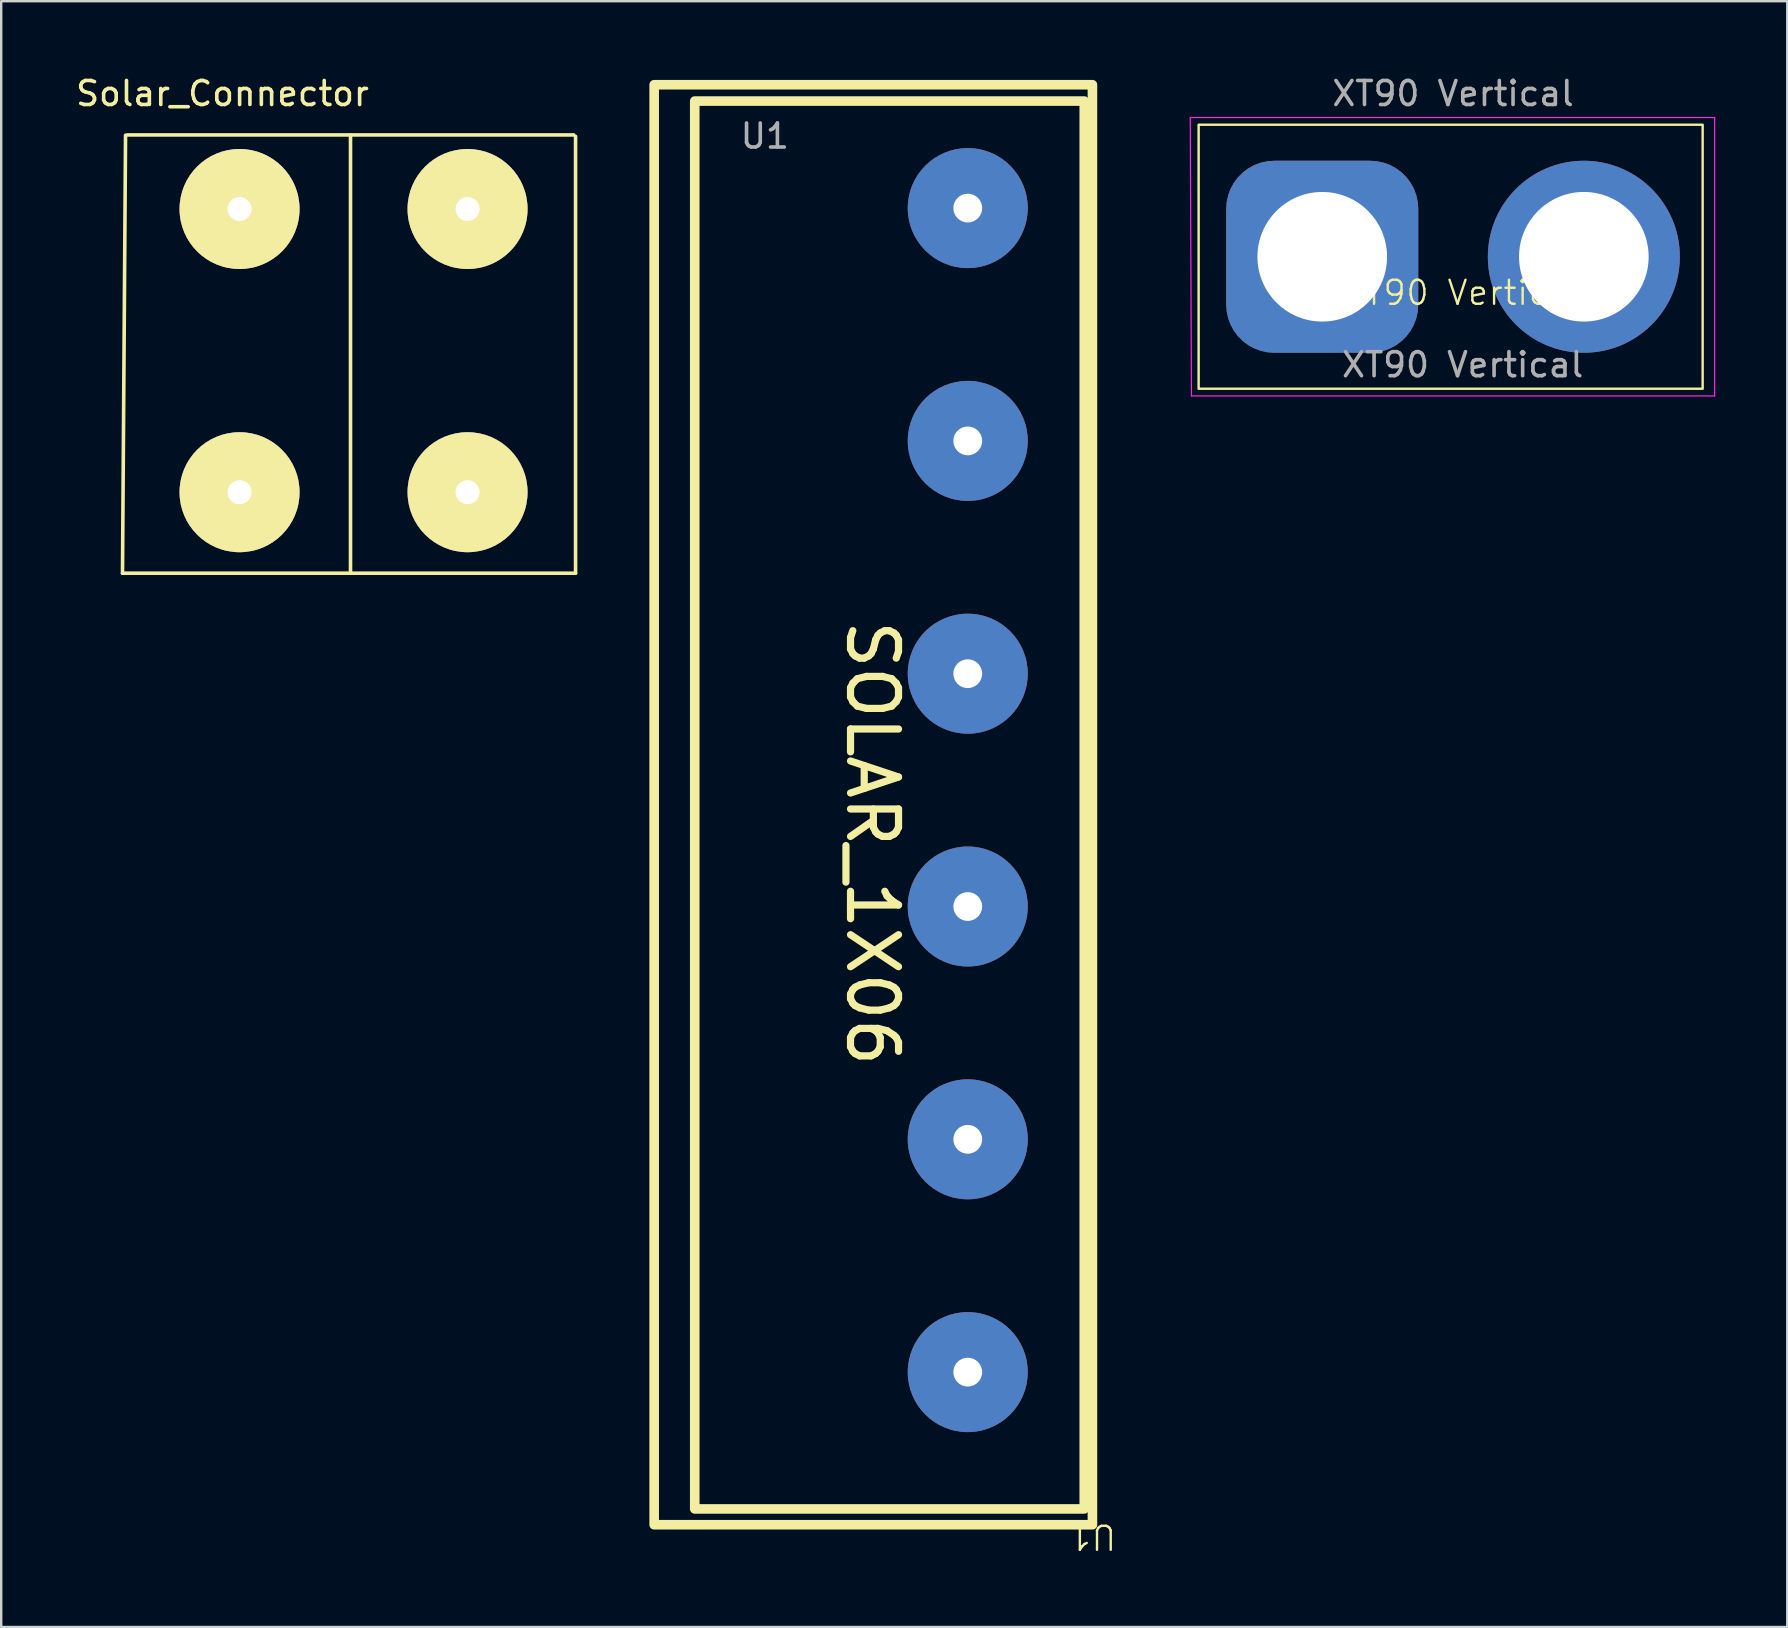
<source format=kicad_pcb>
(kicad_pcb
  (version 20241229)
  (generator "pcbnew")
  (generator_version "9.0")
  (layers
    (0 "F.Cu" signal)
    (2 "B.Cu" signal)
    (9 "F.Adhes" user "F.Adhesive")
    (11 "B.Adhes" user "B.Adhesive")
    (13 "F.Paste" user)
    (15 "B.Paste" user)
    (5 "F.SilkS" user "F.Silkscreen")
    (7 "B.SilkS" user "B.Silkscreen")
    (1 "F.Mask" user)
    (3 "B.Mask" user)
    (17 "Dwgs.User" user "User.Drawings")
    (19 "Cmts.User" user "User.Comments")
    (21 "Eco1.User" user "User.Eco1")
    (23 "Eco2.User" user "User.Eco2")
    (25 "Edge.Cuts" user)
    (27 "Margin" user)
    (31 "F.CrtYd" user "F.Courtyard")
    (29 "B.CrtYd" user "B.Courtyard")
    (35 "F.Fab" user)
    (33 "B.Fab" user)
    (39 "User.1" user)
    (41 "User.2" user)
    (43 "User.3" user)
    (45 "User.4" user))
  (footprint "U1"
    (layer "F.Cu")
    (at 28.832 0.25)
    (property "Reference" "U1" (at 13.635 60.73 180) (unlocked yes) (layer "F.SilkS") (effects (font (size 1 1) (thickness 0.1))))
    (attr through_hole)
    (fp_rect (start 13.295 59.57) (end -2.935 0.91) (stroke (width 0.4) (type default)) (fill no) (layer "F.SilkS"))
    (fp_rect (start 13.635 60.23) (end -4.625 0.23) (stroke (width 0.4) (type default)) (fill no) (layer "F.SilkS"))
    (fp_text user "SOLAR_1X06" (at 3.295 22.4 270) (unlocked yes) (layer "F.SilkS") (effects (font (size 2 2) (thickness 0.3)) (justify left bottom)))
    (fp_text user "${REFERENCE}" (at -0.015 2.37 0) (unlocked yes) (layer "F.Fab") (effects (font (size 1 1) (thickness 0.15))))
    (pad "1" thru_hole circle (at 8.44 53.87 180) (size 5 5) (drill 1.2) (layers "*.Cu" "*.Mask"))
    (pad "2" thru_hole circle (at 8.44 44.17 180) (size 5 5) (drill 1.2) (layers "*.Cu" "*.Mask"))
    (pad "3" thru_hole circle (at 8.44 34.47 180) (size 5 5) (drill 1.2) (layers "*.Cu" "*.Mask"))
    (pad "4" thru_hole circle (at 8.44 24.77 180) (size 5 5) (drill 1.2) (property pad_prop_testpoint) (layers "*.Cu" "*.Mask"))
    (pad "5" thru_hole circle (at 8.44 15.07 180) (size 5 5) (drill 1.2) (layers "*.Cu" "*.Mask"))
    (pad "6" thru_hole circle (at 8.44 5.37 180) (size 5 5) (drill 1.2) (layers "*.Cu" "*.Mask")))
  (footprint "Solar_Connector"
    (layer "F.Cu")
    (at 11.554 11.084)
    (property "Reference" "Solar_Connector" (at -5.334 -10.236 0) (layer "F.SilkS") (effects (font (size 1 1) (thickness 0.15))))
    (attr through_hole)
    (fp_line (start -9.5 9.75) (end 9.377 9.75) (stroke (width 0.15) (type solid)) (layer "F.SilkS"))
    (fp_line (start -9.373 -8.5) (end -9.5 9.75) (stroke (width 0.15) (type solid)) (layer "F.SilkS"))
    (fp_line (start -9.296 -8.513) (end 9.3 -8.513) (stroke (width 0.15) (type solid)) (layer "F.SilkS"))
    (fp_line (start 0 9.75) (end 0 -8.5) (stroke (width 0.15) (type solid)) (layer "F.SilkS"))
    (fp_line (start 9.377 -8.45) (end 9.377 9.75) (stroke (width 0.15) (type solid)) (layer "F.SilkS"))
    (pad "1" thru_hole oval (at -4.623 -5.426 90) (size 5 5) (drill 1) (layers "*.Cu" "*.Mask" "F.SilkS"))
    (pad "1" thru_hole oval (at -4.623 6.374 90) (size 5 5) (drill 1) (layers "*.Cu" "*.Mask" "F.SilkS"))
    (pad "2" thru_hole oval (at 4.877 -5.426 90) (size 5 5) (drill 1) (layers "*.Cu" "*.Mask" "F.SilkS"))
    (pad "2" thru_hole oval (at 4.877 6.374 90) (size 5 5) (drill 1) (layers "*.Cu" "*.Mask" "F.SilkS")))
  (footprint "XT90 Vertical"
    (layer "F.Cu")
    (at 57.892 9.648)
    (property "Reference" "XT90 Vertical" (at 0 -0.5 0) (unlocked yes) (layer "F.SilkS") (effects (font (size 1 1) (thickness 0.1))))
    (attr through_hole)
    (fp_rect (start -11 -7.5) (end 10 3.5) (stroke (width 0.1) (type default)) (fill no) (layer "F.SilkS"))
    (fp_line (start -11.35 -7.8) (end -11.3 3.8) (stroke (width 0.05) (type solid)) (layer "F.CrtYd"))
    (fp_line (start 10.5 -7.8) (end -11.35 -7.8) (stroke (width 0.05) (type default)) (layer "F.CrtYd"))
    (fp_line (start 10.5 3.8) (end -11.3 3.8) (stroke (width 0.05) (type default)) (layer "F.CrtYd"))
    (fp_line (start 10.5 3.8) (end 10.5 -7.8) (stroke (width 0.05) (type solid)) (layer "F.CrtYd"))
    (fp_text user "${REFERENCE}" (at 0 2.5 0) (unlocked yes) (layer "F.Fab") (effects (font (size 1 1) (thickness 0.15))))
    (fp_text user "${REFERENCE}" (at -0.4 -8.8 0) (layer "F.Fab") (effects (font (size 1 1) (thickness 0.15))))
    (pad "1" thru_hole roundrect (at -5.85 -2) (size 8 8) (drill 5.4) (layers "*.Cu" "*.Mask") (roundrect_rratio 0.25))
    (pad "2" thru_hole circle (at 5.05 -2 90) (size 8 8) (drill 5.4) (layers "*.Cu" "*.Mask")))
  (gr_rect
    (start -3 -3)
    (end 71.417 64.74)
    (stroke (width 0.1) (type default))
    (fill no)
    (layer "Edge.Cuts")))
</source>
